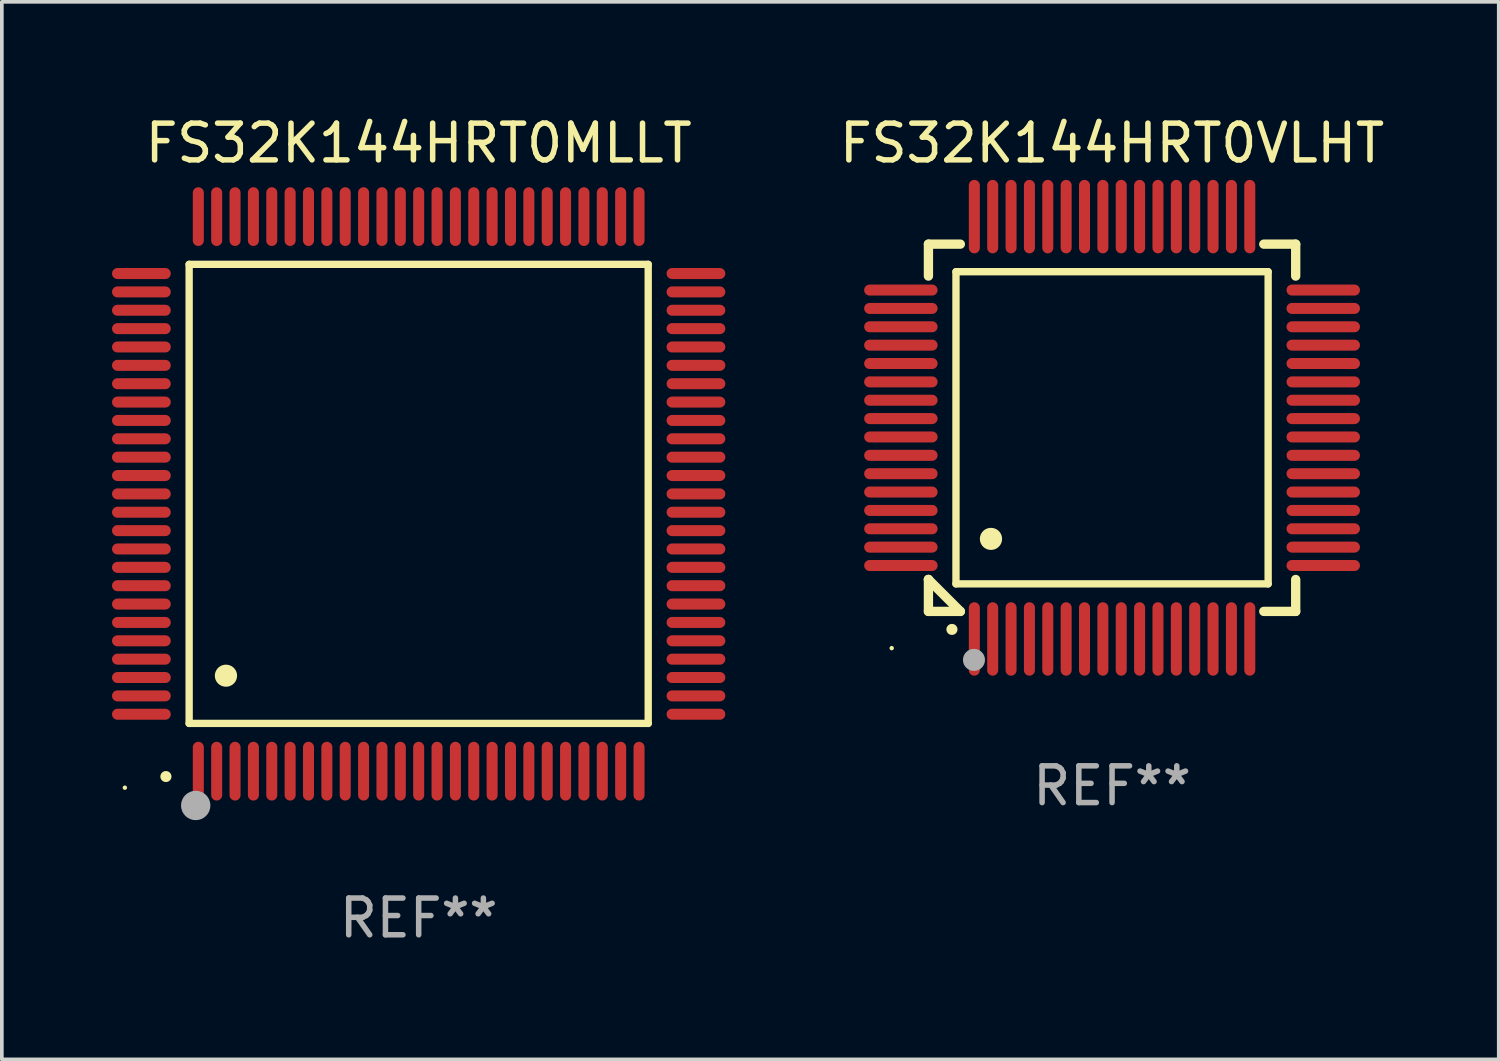
<source format=kicad_pcb>
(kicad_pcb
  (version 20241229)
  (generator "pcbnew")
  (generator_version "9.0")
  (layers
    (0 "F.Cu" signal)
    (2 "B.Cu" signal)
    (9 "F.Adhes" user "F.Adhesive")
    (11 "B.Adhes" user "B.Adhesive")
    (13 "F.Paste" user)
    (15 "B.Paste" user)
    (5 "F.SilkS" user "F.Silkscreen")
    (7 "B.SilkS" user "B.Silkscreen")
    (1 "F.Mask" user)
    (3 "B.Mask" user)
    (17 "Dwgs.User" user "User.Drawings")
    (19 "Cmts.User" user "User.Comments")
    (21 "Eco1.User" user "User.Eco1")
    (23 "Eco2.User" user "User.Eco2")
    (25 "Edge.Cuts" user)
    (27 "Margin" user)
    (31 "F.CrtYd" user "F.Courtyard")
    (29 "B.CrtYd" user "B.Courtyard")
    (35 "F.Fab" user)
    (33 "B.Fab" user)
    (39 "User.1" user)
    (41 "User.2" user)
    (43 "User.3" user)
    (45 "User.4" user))
  (footprint "FS32K144HRT0MLLT"
    (layer "F.Cu")
    (at 8.35 10.398)
    (property "Reference" "FS32K144HRT0MLLT" (at 0 -9.55 0) (layer "F.SilkS") (effects (font (size 1 1) (thickness 0.15))))
    (attr through_hole)
    (fp_line (start -6.25 -6.25) (end -6.25 6.25) (stroke (width 0.2) (type solid)) (layer "F.SilkS"))
    (fp_line (start -6.25 6.25) (end 6.25 6.25) (stroke (width 0.2) (type solid)) (layer "F.SilkS"))
    (fp_line (start 6.25 -6.25) (end -6.25 -6.25) (stroke (width 0.2) (type solid)) (layer "F.SilkS"))
    (fp_line (start 6.25 6.25) (end 6.25 -6.25) (stroke (width 0.2) (type solid)) (layer "F.SilkS"))
    (fp_arc (start -6.883414 7.696215) (mid -6.882144 7.69621) (end -6.880874 7.696215) (stroke (width 0.3) (type solid)) (layer "F.SilkS"))
    (fp_arc (start -5.250191 4.95047) (mid -5.247651 4.950459) (end -5.245111 4.95047) (stroke (width 0.6) (type solid)) (layer "F.SilkS"))
    (fp_circle (center -8 8) (end -7.97 8) (stroke (width 0.06) (type solid)) (fill no) (layer "F.SilkS"))
    (fp_circle (center -6.071 8.484) (end -5.871 8.484) (stroke (width 0.4) (type solid)) (fill no) (layer "F.Fab"))
    (fp_text user "REF**" (at 0 11.55 0) (layer "F.Fab") (effects (font (size 1 1) (thickness 0.15))))
    (pad "1" smd oval (at -6 7.55) (size 0.3 1.6) (layers "F.Cu" "F.Mask" "F.Paste"))
    (pad "2" smd oval (at -5.5 7.55) (size 0.3 1.6) (layers "F.Cu" "F.Mask" "F.Paste"))
    (pad "3" smd oval (at -5 7.55) (size 0.3 1.6) (layers "F.Cu" "F.Mask" "F.Paste"))
    (pad "4" smd oval (at -4.5 7.55) (size 0.3 1.6) (layers "F.Cu" "F.Mask" "F.Paste"))
    (pad "5" smd oval (at -4 7.55) (size 0.3 1.6) (layers "F.Cu" "F.Mask" "F.Paste"))
    (pad "6" smd oval (at -3.5 7.55) (size 0.3 1.6) (layers "F.Cu" "F.Mask" "F.Paste"))
    (pad "7" smd oval (at -3 7.55) (size 0.3 1.6) (layers "F.Cu" "F.Mask" "F.Paste"))
    (pad "8" smd oval (at -2.5 7.55) (size 0.3 1.6) (layers "F.Cu" "F.Mask" "F.Paste"))
    (pad "9" smd oval (at -2 7.55) (size 0.3 1.6) (layers "F.Cu" "F.Mask" "F.Paste"))
    (pad "10" smd oval (at -1.5 7.55) (size 0.3 1.6) (layers "F.Cu" "F.Mask" "F.Paste"))
    (pad "11" smd oval (at -1 7.55) (size 0.3 1.6) (layers "F.Cu" "F.Mask" "F.Paste"))
    (pad "12" smd oval (at -0.5 7.55) (size 0.3 1.6) (layers "F.Cu" "F.Mask" "F.Paste"))
    (pad "13" smd oval (at 0 7.55) (size 0.3 1.6) (layers "F.Cu" "F.Mask" "F.Paste"))
    (pad "14" smd oval (at 0.5 7.55) (size 0.3 1.6) (layers "F.Cu" "F.Mask" "F.Paste"))
    (pad "15" smd oval (at 1 7.55) (size 0.3 1.6) (layers "F.Cu" "F.Mask" "F.Paste"))
    (pad "16" smd oval (at 1.5 7.55) (size 0.3 1.6) (layers "F.Cu" "F.Mask" "F.Paste"))
    (pad "17" smd oval (at 2 7.55) (size 0.3 1.6) (layers "F.Cu" "F.Mask" "F.Paste"))
    (pad "18" smd oval (at 2.5 7.55) (size 0.3 1.6) (layers "F.Cu" "F.Mask" "F.Paste"))
    (pad "19" smd oval (at 3 7.55) (size 0.3 1.6) (layers "F.Cu" "F.Mask" "F.Paste"))
    (pad "20" smd oval (at 3.5 7.55) (size 0.3 1.6) (layers "F.Cu" "F.Mask" "F.Paste"))
    (pad "21" smd oval (at 4 7.55) (size 0.3 1.6) (layers "F.Cu" "F.Mask" "F.Paste"))
    (pad "22" smd oval (at 4.5 7.55) (size 0.3 1.6) (layers "F.Cu" "F.Mask" "F.Paste"))
    (pad "23" smd oval (at 5 7.55) (size 0.3 1.6) (layers "F.Cu" "F.Mask" "F.Paste"))
    (pad "24" smd oval (at 5.5 7.55) (size 0.3 1.6) (layers "F.Cu" "F.Mask" "F.Paste"))
    (pad "25" smd oval (at 6 7.55) (size 0.3 1.6) (layers "F.Cu" "F.Mask" "F.Paste"))
    (pad "26" smd oval (at 7.55 6) (size 1.6 0.3) (layers "F.Cu" "F.Mask" "F.Paste"))
    (pad "27" smd oval (at 7.55 5.5) (size 1.6 0.3) (layers "F.Cu" "F.Mask" "F.Paste"))
    (pad "28" smd oval (at 7.55 5) (size 1.6 0.3) (layers "F.Cu" "F.Mask" "F.Paste"))
    (pad "29" smd oval (at 7.55 4.5) (size 1.6 0.3) (layers "F.Cu" "F.Mask" "F.Paste"))
    (pad "30" smd oval (at 7.55 4) (size 1.6 0.3) (layers "F.Cu" "F.Mask" "F.Paste"))
    (pad "31" smd oval (at 7.55 3.5) (size 1.6 0.3) (layers "F.Cu" "F.Mask" "F.Paste"))
    (pad "32" smd oval (at 7.55 3) (size 1.6 0.3) (layers "F.Cu" "F.Mask" "F.Paste"))
    (pad "33" smd oval (at 7.55 2.5) (size 1.6 0.3) (layers "F.Cu" "F.Mask" "F.Paste"))
    (pad "34" smd oval (at 7.55 2) (size 1.6 0.3) (layers "F.Cu" "F.Mask" "F.Paste"))
    (pad "35" smd oval (at 7.55 1.5) (size 1.6 0.3) (layers "F.Cu" "F.Mask" "F.Paste"))
    (pad "36" smd oval (at 7.55 1) (size 1.6 0.3) (layers "F.Cu" "F.Mask" "F.Paste"))
    (pad "37" smd oval (at 7.55 0.5) (size 1.6 0.3) (layers "F.Cu" "F.Mask" "F.Paste"))
    (pad "38" smd oval (at 7.55 0) (size 1.6 0.3) (layers "F.Cu" "F.Mask" "F.Paste"))
    (pad "39" smd oval (at 7.55 -0.5) (size 1.6 0.3) (layers "F.Cu" "F.Mask" "F.Paste"))
    (pad "40" smd oval (at 7.55 -1) (size 1.6 0.3) (layers "F.Cu" "F.Mask" "F.Paste"))
    (pad "41" smd oval (at 7.55 -1.5) (size 1.6 0.3) (layers "F.Cu" "F.Mask" "F.Paste"))
    (pad "42" smd oval (at 7.55 -2) (size 1.6 0.3) (layers "F.Cu" "F.Mask" "F.Paste"))
    (pad "43" smd oval (at 7.55 -2.5) (size 1.6 0.3) (layers "F.Cu" "F.Mask" "F.Paste"))
    (pad "44" smd oval (at 7.55 -3) (size 1.6 0.3) (layers "F.Cu" "F.Mask" "F.Paste"))
    (pad "45" smd oval (at 7.55 -3.5) (size 1.6 0.3) (layers "F.Cu" "F.Mask" "F.Paste"))
    (pad "46" smd oval (at 7.55 -4) (size 1.6 0.3) (layers "F.Cu" "F.Mask" "F.Paste"))
    (pad "47" smd oval (at 7.55 -4.5) (size 1.6 0.3) (layers "F.Cu" "F.Mask" "F.Paste"))
    (pad "48" smd oval (at 7.55 -5) (size 1.6 0.3) (layers "F.Cu" "F.Mask" "F.Paste"))
    (pad "49" smd oval (at 7.55 -5.5) (size 1.6 0.3) (layers "F.Cu" "F.Mask" "F.Paste"))
    (pad "50" smd oval (at 7.55 -6) (size 1.6 0.3) (layers "F.Cu" "F.Mask" "F.Paste"))
    (pad "51" smd oval (at 6 -7.55) (size 0.3 1.6) (layers "F.Cu" "F.Mask" "F.Paste"))
    (pad "52" smd oval (at 5.5 -7.55) (size 0.3 1.6) (layers "F.Cu" "F.Mask" "F.Paste"))
    (pad "53" smd oval (at 5 -7.55) (size 0.3 1.6) (layers "F.Cu" "F.Mask" "F.Paste"))
    (pad "54" smd oval (at 4.5 -7.55) (size 0.3 1.6) (layers "F.Cu" "F.Mask" "F.Paste"))
    (pad "55" smd oval (at 4 -7.55) (size 0.3 1.6) (layers "F.Cu" "F.Mask" "F.Paste"))
    (pad "56" smd oval (at 3.5 -7.55) (size 0.3 1.6) (layers "F.Cu" "F.Mask" "F.Paste"))
    (pad "57" smd oval (at 3 -7.55) (size 0.3 1.6) (layers "F.Cu" "F.Mask" "F.Paste"))
    (pad "58" smd oval (at 2.5 -7.55) (size 0.3 1.6) (layers "F.Cu" "F.Mask" "F.Paste"))
    (pad "59" smd oval (at 2 -7.55) (size 0.3 1.6) (layers "F.Cu" "F.Mask" "F.Paste"))
    (pad "60" smd oval (at 1.5 -7.55) (size 0.3 1.6) (layers "F.Cu" "F.Mask" "F.Paste"))
    (pad "61" smd oval (at 1 -7.55) (size 0.3 1.6) (layers "F.Cu" "F.Mask" "F.Paste"))
    (pad "62" smd oval (at 0.5 -7.55) (size 0.3 1.6) (layers "F.Cu" "F.Mask" "F.Paste"))
    (pad "63" smd oval (at 0 -7.55) (size 0.3 1.6) (layers "F.Cu" "F.Mask" "F.Paste"))
    (pad "64" smd oval (at -0.5 -7.55) (size 0.3 1.6) (layers "F.Cu" "F.Mask" "F.Paste"))
    (pad "65" smd oval (at -1 -7.55) (size 0.3 1.6) (layers "F.Cu" "F.Mask" "F.Paste"))
    (pad "66" smd oval (at -1.5 -7.55) (size 0.3 1.6) (layers "F.Cu" "F.Mask" "F.Paste"))
    (pad "67" smd oval (at -2 -7.55) (size 0.3 1.6) (layers "F.Cu" "F.Mask" "F.Paste"))
    (pad "68" smd oval (at -2.5 -7.55) (size 0.3 1.6) (layers "F.Cu" "F.Mask" "F.Paste"))
    (pad "69" smd oval (at -3 -7.55) (size 0.3 1.6) (layers "F.Cu" "F.Mask" "F.Paste"))
    (pad "70" smd oval (at -3.5 -7.55) (size 0.3 1.6) (layers "F.Cu" "F.Mask" "F.Paste"))
    (pad "71" smd oval (at -4 -7.55) (size 0.3 1.6) (layers "F.Cu" "F.Mask" "F.Paste"))
    (pad "72" smd oval (at -4.5 -7.55) (size 0.3 1.6) (layers "F.Cu" "F.Mask" "F.Paste"))
    (pad "73" smd oval (at -5 -7.55) (size 0.3 1.6) (layers "F.Cu" "F.Mask" "F.Paste"))
    (pad "74" smd oval (at -5.5 -7.55) (size 0.3 1.6) (layers "F.Cu" "F.Mask" "F.Paste"))
    (pad "75" smd oval (at -6 -7.55) (size 0.3 1.6) (layers "F.Cu" "F.Mask" "F.Paste"))
    (pad "76" smd oval (at -7.55 -6) (size 1.6 0.3) (layers "F.Cu" "F.Mask" "F.Paste"))
    (pad "77" smd oval (at -7.55 -5.5) (size 1.6 0.3) (layers "F.Cu" "F.Mask" "F.Paste"))
    (pad "78" smd oval (at -7.55 -5) (size 1.6 0.3) (layers "F.Cu" "F.Mask" "F.Paste"))
    (pad "79" smd oval (at -7.55 -4.5) (size 1.6 0.3) (layers "F.Cu" "F.Mask" "F.Paste"))
    (pad "80" smd oval (at -7.55 -4) (size 1.6 0.3) (layers "F.Cu" "F.Mask" "F.Paste"))
    (pad "81" smd oval (at -7.55 -3.5) (size 1.6 0.3) (layers "F.Cu" "F.Mask" "F.Paste"))
    (pad "82" smd oval (at -7.55 -3) (size 1.6 0.3) (layers "F.Cu" "F.Mask" "F.Paste"))
    (pad "83" smd oval (at -7.55 -2.5) (size 1.6 0.3) (layers "F.Cu" "F.Mask" "F.Paste"))
    (pad "84" smd oval (at -7.55 -2) (size 1.6 0.3) (layers "F.Cu" "F.Mask" "F.Paste"))
    (pad "85" smd oval (at -7.55 -1.5) (size 1.6 0.3) (layers "F.Cu" "F.Mask" "F.Paste"))
    (pad "86" smd oval (at -7.55 -1) (size 1.6 0.3) (layers "F.Cu" "F.Mask" "F.Paste"))
    (pad "87" smd oval (at -7.55 -0.5) (size 1.6 0.3) (layers "F.Cu" "F.Mask" "F.Paste"))
    (pad "88" smd oval (at -7.55 0) (size 1.6 0.3) (layers "F.Cu" "F.Mask" "F.Paste"))
    (pad "89" smd oval (at -7.55 0.5) (size 1.6 0.3) (layers "F.Cu" "F.Mask" "F.Paste"))
    (pad "90" smd oval (at -7.55 1) (size 1.6 0.3) (layers "F.Cu" "F.Mask" "F.Paste"))
    (pad "91" smd oval (at -7.55 1.5) (size 1.6 0.3) (layers "F.Cu" "F.Mask" "F.Paste"))
    (pad "92" smd oval (at -7.55 2) (size 1.6 0.3) (layers "F.Cu" "F.Mask" "F.Paste"))
    (pad "93" smd oval (at -7.55 2.5) (size 1.6 0.3) (layers "F.Cu" "F.Mask" "F.Paste"))
    (pad "94" smd oval (at -7.55 3) (size 1.6 0.3) (layers "F.Cu" "F.Mask" "F.Paste"))
    (pad "95" smd oval (at -7.55 3.5) (size 1.6 0.3) (layers "F.Cu" "F.Mask" "F.Paste"))
    (pad "96" smd oval (at -7.55 4) (size 1.6 0.3) (layers "F.Cu" "F.Mask" "F.Paste"))
    (pad "97" smd oval (at -7.55 4.5) (size 1.6 0.3) (layers "F.Cu" "F.Mask" "F.Paste"))
    (pad "98" smd oval (at -7.55 5) (size 1.6 0.3) (layers "F.Cu" "F.Mask" "F.Paste"))
    (pad "99" smd oval (at -7.55 5.5) (size 1.6 0.3) (layers "F.Cu" "F.Mask" "F.Paste"))
    (pad "100" smd oval (at -7.55 6) (size 1.6 0.3) (layers "F.Cu" "F.Mask" "F.Paste")))
  (footprint "FS32K144HRT0VLHT"
    (layer "F.Cu")
    (at 27.23 8.598)
    (property "Reference" "FS32K144HRT0VLHT" (at 0 -7.75 0) (layer "F.SilkS") (effects (font (size 1 1) (thickness 0.15))))
    (attr through_hole)
    (fp_line (start -5 -5) (end -4.131 -5) (stroke (width 0.254) (type solid)) (layer "F.SilkS"))
    (fp_line (start -5 -4.131) (end -5 -5) (stroke (width 0.254) (type solid)) (layer "F.SilkS"))
    (fp_line (start -5 4.131) (end -5 4.131) (stroke (width 0.254) (type solid)) (layer "F.SilkS"))
    (fp_line (start -5 5) (end -5 4.131) (stroke (width 0.254) (type solid)) (layer "F.SilkS"))
    (fp_line (start -5 4.131) (end -4.131 5) (stroke (width 0.254) (type solid)) (layer "F.SilkS"))
    (fp_line (start -4.25 -4.25) (end -4.25 4.25) (stroke (width 0.2) (type solid)) (layer "F.SilkS"))
    (fp_line (start -4.25 4.25) (end 4.25 4.25) (stroke (width 0.2) (type solid)) (layer "F.SilkS"))
    (fp_line (start -4.131 5) (end -5 5) (stroke (width 0.254) (type solid)) (layer "F.SilkS"))
    (fp_line (start 4.25 -4.25) (end -4.25 -4.25) (stroke (width 0.2) (type solid)) (layer "F.SilkS"))
    (fp_line (start 4.25 4.25) (end 4.25 -4.25) (stroke (width 0.2) (type solid)) (layer "F.SilkS"))
    (fp_line (start 5 -5) (end 4.131 -5) (stroke (width 0.254) (type solid)) (layer "F.SilkS"))
    (fp_line (start 5 -5) (end 5 -4.131) (stroke (width 0.254) (type solid)) (layer "F.SilkS"))
    (fp_line (start 5 4.131) (end 5 5) (stroke (width 0.254) (type solid)) (layer "F.SilkS"))
    (fp_line (start 5 5) (end 4.131 5) (stroke (width 0.254) (type solid)) (layer "F.SilkS"))
    (fp_arc (start -4.361265 5.489992) (mid -4.359995 5.489987) (end -4.358725 5.489992) (stroke (width 0.3) (type solid)) (layer "F.SilkS"))
    (fp_arc (start -3.299467 3.025146) (mid -3.296927 3.025135) (end -3.294387 3.025146) (stroke (width 0.6) (type solid)) (layer "F.SilkS"))
    (fp_circle (center -6 6) (end -5.97 6) (stroke (width 0.06) (type solid)) (fill no) (layer "F.SilkS"))
    (fp_circle (center -3.76 6.32) (end -3.61 6.32) (stroke (width 0.3) (type solid)) (fill no) (layer "F.Fab"))
    (fp_text user "REF**" (at 0 9.75 0) (layer "F.Fab") (effects (font (size 1 1) (thickness 0.15))))
    (pad "1" smd oval (at -3.75 5.75) (size 0.3 2) (layers "F.Cu" "F.Mask" "F.Paste"))
    (pad "2" smd oval (at -3.25 5.75) (size 0.3 2) (layers "F.Cu" "F.Mask" "F.Paste"))
    (pad "3" smd oval (at -2.75 5.75) (size 0.3 2) (layers "F.Cu" "F.Mask" "F.Paste"))
    (pad "4" smd oval (at -2.25 5.75) (size 0.3 2) (layers "F.Cu" "F.Mask" "F.Paste"))
    (pad "5" smd oval (at -1.75 5.75) (size 0.3 2) (layers "F.Cu" "F.Mask" "F.Paste"))
    (pad "6" smd oval (at -1.25 5.75) (size 0.3 2) (layers "F.Cu" "F.Mask" "F.Paste"))
    (pad "7" smd oval (at -0.75 5.75) (size 0.3 2) (layers "F.Cu" "F.Mask" "F.Paste"))
    (pad "8" smd oval (at -0.25 5.75) (size 0.3 2) (layers "F.Cu" "F.Mask" "F.Paste"))
    (pad "9" smd oval (at 0.25 5.75) (size 0.3 2) (layers "F.Cu" "F.Mask" "F.Paste"))
    (pad "10" smd oval (at 0.75 5.75) (size 0.3 2) (layers "F.Cu" "F.Mask" "F.Paste"))
    (pad "11" smd oval (at 1.25 5.75) (size 0.3 2) (layers "F.Cu" "F.Mask" "F.Paste"))
    (pad "12" smd oval (at 1.75 5.75) (size 0.3 2) (layers "F.Cu" "F.Mask" "F.Paste"))
    (pad "13" smd oval (at 2.25 5.75) (size 0.3 2) (layers "F.Cu" "F.Mask" "F.Paste"))
    (pad "14" smd oval (at 2.75 5.75) (size 0.3 2) (layers "F.Cu" "F.Mask" "F.Paste"))
    (pad "15" smd oval (at 3.25 5.75) (size 0.3 2) (layers "F.Cu" "F.Mask" "F.Paste"))
    (pad "16" smd oval (at 3.75 5.75) (size 0.3 2) (layers "F.Cu" "F.Mask" "F.Paste"))
    (pad "17" smd oval (at 5.75 3.75) (size 2 0.3) (layers "F.Cu" "F.Mask" "F.Paste"))
    (pad "18" smd oval (at 5.75 3.25) (size 2 0.3) (layers "F.Cu" "F.Mask" "F.Paste"))
    (pad "19" smd oval (at 5.75 2.75) (size 2 0.3) (layers "F.Cu" "F.Mask" "F.Paste"))
    (pad "20" smd oval (at 5.75 2.25) (size 2 0.3) (layers "F.Cu" "F.Mask" "F.Paste"))
    (pad "21" smd oval (at 5.75 1.75) (size 2 0.3) (layers "F.Cu" "F.Mask" "F.Paste"))
    (pad "22" smd oval (at 5.75 1.25) (size 2 0.3) (layers "F.Cu" "F.Mask" "F.Paste"))
    (pad "23" smd oval (at 5.75 0.75) (size 2 0.3) (layers "F.Cu" "F.Mask" "F.Paste"))
    (pad "24" smd oval (at 5.75 0.25) (size 2 0.3) (layers "F.Cu" "F.Mask" "F.Paste"))
    (pad "25" smd oval (at 5.75 -0.25) (size 2 0.3) (layers "F.Cu" "F.Mask" "F.Paste"))
    (pad "26" smd oval (at 5.75 -0.75) (size 2 0.3) (layers "F.Cu" "F.Mask" "F.Paste"))
    (pad "27" smd oval (at 5.75 -1.25) (size 2 0.3) (layers "F.Cu" "F.Mask" "F.Paste"))
    (pad "28" smd oval (at 5.75 -1.75) (size 2 0.3) (layers "F.Cu" "F.Mask" "F.Paste"))
    (pad "29" smd oval (at 5.75 -2.25) (size 2 0.3) (layers "F.Cu" "F.Mask" "F.Paste"))
    (pad "30" smd oval (at 5.75 -2.75) (size 2 0.3) (layers "F.Cu" "F.Mask" "F.Paste"))
    (pad "31" smd oval (at 5.75 -3.25) (size 2 0.3) (layers "F.Cu" "F.Mask" "F.Paste"))
    (pad "32" smd oval (at 5.75 -3.75) (size 2 0.3) (layers "F.Cu" "F.Mask" "F.Paste"))
    (pad "33" smd oval (at 3.75 -5.75) (size 0.3 2) (layers "F.Cu" "F.Mask" "F.Paste"))
    (pad "34" smd oval (at 3.25 -5.75) (size 0.3 2) (layers "F.Cu" "F.Mask" "F.Paste"))
    (pad "35" smd oval (at 2.75 -5.75) (size 0.3 2) (layers "F.Cu" "F.Mask" "F.Paste"))
    (pad "36" smd oval (at 2.25 -5.75) (size 0.3 2) (layers "F.Cu" "F.Mask" "F.Paste"))
    (pad "37" smd oval (at 1.75 -5.75) (size 0.3 2) (layers "F.Cu" "F.Mask" "F.Paste"))
    (pad "38" smd oval (at 1.25 -5.75) (size 0.3 2) (layers "F.Cu" "F.Mask" "F.Paste"))
    (pad "39" smd oval (at 0.75 -5.75) (size 0.3 2) (layers "F.Cu" "F.Mask" "F.Paste"))
    (pad "40" smd oval (at 0.25 -5.75) (size 0.3 2) (layers "F.Cu" "F.Mask" "F.Paste"))
    (pad "41" smd oval (at -0.25 -5.75) (size 0.3 2) (layers "F.Cu" "F.Mask" "F.Paste"))
    (pad "42" smd oval (at -0.75 -5.75) (size 0.3 2) (layers "F.Cu" "F.Mask" "F.Paste"))
    (pad "43" smd oval (at -1.25 -5.75) (size 0.3 2) (layers "F.Cu" "F.Mask" "F.Paste"))
    (pad "44" smd oval (at -1.75 -5.75) (size 0.3 2) (layers "F.Cu" "F.Mask" "F.Paste"))
    (pad "45" smd oval (at -2.25 -5.75) (size 0.3 2) (layers "F.Cu" "F.Mask" "F.Paste"))
    (pad "46" smd oval (at -2.75 -5.75) (size 0.3 2) (layers "F.Cu" "F.Mask" "F.Paste"))
    (pad "47" smd oval (at -3.25 -5.75) (size 0.3 2) (layers "F.Cu" "F.Mask" "F.Paste"))
    (pad "48" smd oval (at -3.75 -5.75) (size 0.3 2) (layers "F.Cu" "F.Mask" "F.Paste"))
    (pad "49" smd oval (at -5.75 -3.75) (size 2 0.3) (layers "F.Cu" "F.Mask" "F.Paste"))
    (pad "50" smd oval (at -5.75 -3.25) (size 2 0.3) (layers "F.Cu" "F.Mask" "F.Paste"))
    (pad "51" smd oval (at -5.75 -2.75) (size 2 0.3) (layers "F.Cu" "F.Mask" "F.Paste"))
    (pad "52" smd oval (at -5.75 -2.25) (size 2 0.3) (layers "F.Cu" "F.Mask" "F.Paste"))
    (pad "53" smd oval (at -5.75 -1.75) (size 2 0.3) (layers "F.Cu" "F.Mask" "F.Paste"))
    (pad "54" smd oval (at -5.75 -1.25) (size 2 0.3) (layers "F.Cu" "F.Mask" "F.Paste"))
    (pad "55" smd oval (at -5.75 -0.75) (size 2 0.3) (layers "F.Cu" "F.Mask" "F.Paste"))
    (pad "56" smd oval (at -5.75 -0.25) (size 2 0.3) (layers "F.Cu" "F.Mask" "F.Paste"))
    (pad "57" smd oval (at -5.75 0.25) (size 2 0.3) (layers "F.Cu" "F.Mask" "F.Paste"))
    (pad "58" smd oval (at -5.75 0.75) (size 2 0.3) (layers "F.Cu" "F.Mask" "F.Paste"))
    (pad "59" smd oval (at -5.75 1.25) (size 2 0.3) (layers "F.Cu" "F.Mask" "F.Paste"))
    (pad "60" smd oval (at -5.75 1.75) (size 2 0.3) (layers "F.Cu" "F.Mask" "F.Paste"))
    (pad "61" smd oval (at -5.75 2.25) (size 2 0.3) (layers "F.Cu" "F.Mask" "F.Paste"))
    (pad "62" smd oval (at -5.75 2.75) (size 2 0.3) (layers "F.Cu" "F.Mask" "F.Paste"))
    (pad "63" smd oval (at -5.75 3.25) (size 2 0.3) (layers "F.Cu" "F.Mask" "F.Paste"))
    (pad "64" smd oval (at -5.75 3.75) (size 2 0.3) (layers "F.Cu" "F.Mask" "F.Paste")))
  (gr_rect
    (start -3 -3)
    (end 37.759 25.796)
    (stroke (width 0.1) (type default))
    (fill no)
    (layer "Edge.Cuts")))
</source>
